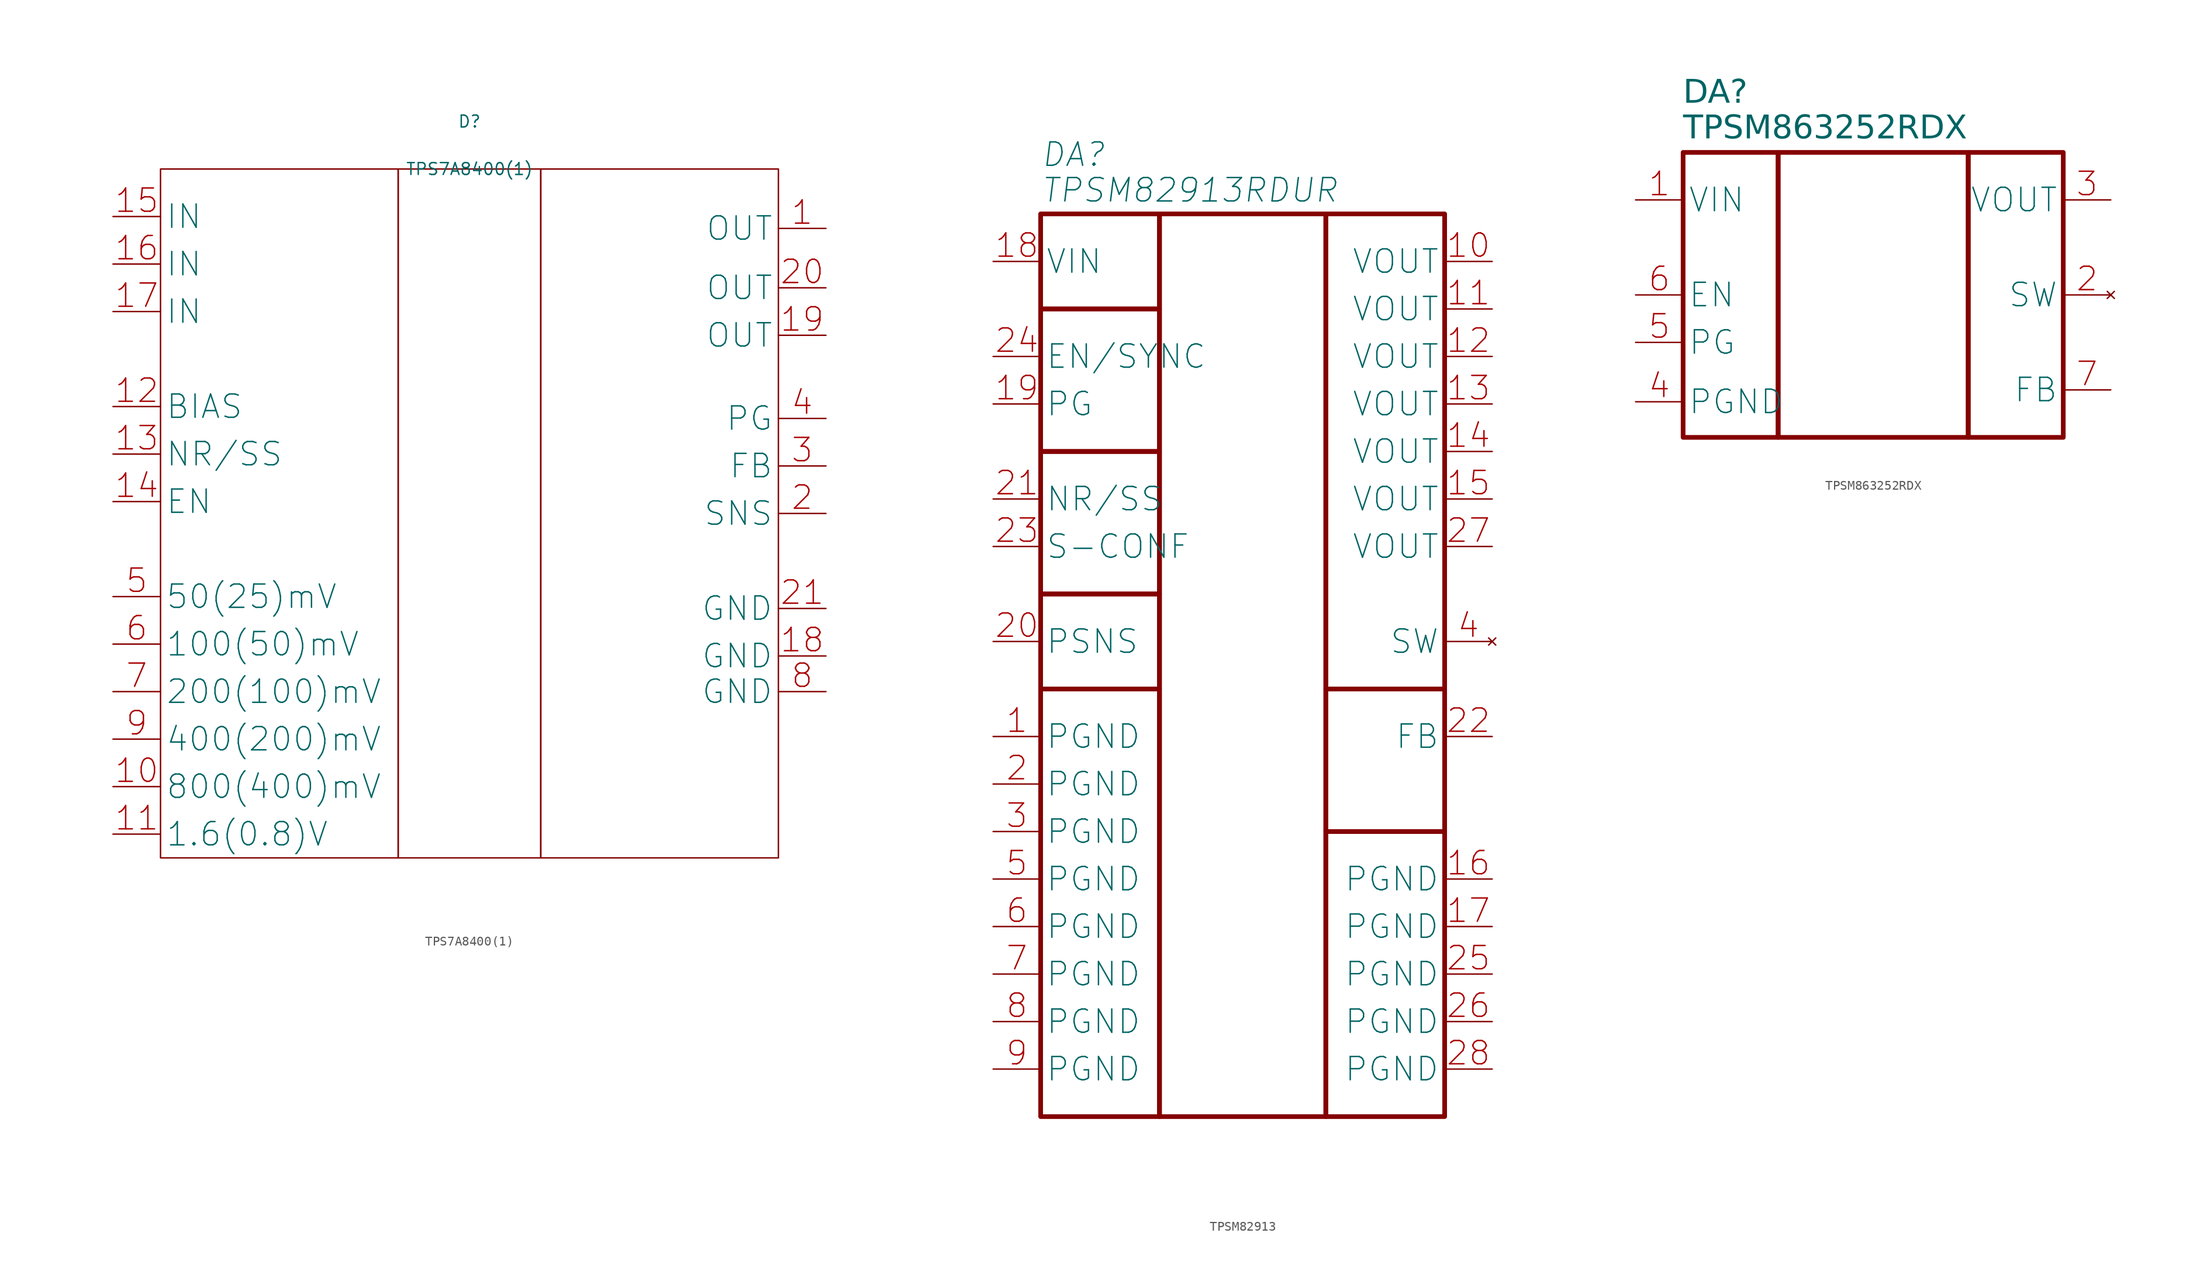
<source format=kicad_sym>
(kicad_symbol_lib
  (version 20241209)
  (generator "kicad_symbol_editor")
  (generator_version "9.0")
  (symbol "TPS7A8400(1)"
    (property "Reference" "D"
      (at 0 5.08 0)
      (effects (font (size 1.27 1.27))))
    (property "Value" "TPS7A8400(1)"
      (at 0 0 0)
      (effects (font (size 1.27 1.27))))
    (symbol "TPS7A8400(1)_0_1"
      (rectangle (start -33.02 0) (end -7.62 -73.66) (stroke (width 0) (type default)) (fill (type none)))
      (rectangle (start -7.62 0) (end 7.62 -73.66) (stroke (width 0) (type default)) (fill (type none)))
      (rectangle (start 7.62 0) (end 33.02 -73.66) (stroke (width 0) (type default)) (fill (type none))))
    (symbol "TPS7A8400(1)_1_1"
      (pin power_in line (at -38.1 -5.08 0) (length 5.08) (name "IN" (effects (font (size 2.489 2.489)))) (number "15" (effects (font (size 2.489 2.489)))))
      (pin power_in line (at -38.1 -10.16 0) (length 5.08) (name "IN" (effects (font (size 2.489 2.489)))) (number "16" (effects (font (size 2.489 2.489)))))
      (pin power_in line (at -38.1 -15.24 0) (length 5.08) (name "IN" (effects (font (size 2.489 2.489)))) (number "17" (effects (font (size 2.489 2.489)))))
      (pin passive line (at -38.1 -25.4 0) (length 5.08) (name "BIAS" (effects (font (size 2.489 2.489)))) (number "12" (effects (font (size 2.489 2.489)))))
      (pin passive line (at -38.1 -30.48 0) (length 5.08) (name "NR/SS" (effects (font (size 2.489 2.489)))) (number "13" (effects (font (size 2.489 2.489)))))
      (pin passive line (at -38.1 -35.56 0) (length 5.08) (name "EN" (effects (font (size 2.489 2.489)))) (number "14" (effects (font (size 2.489 2.489)))))
      (pin passive line (at -38.1 -45.72 0) (length 5.08) (name "50(25)mV" (effects (font (size 2.489 2.489)))) (number "5" (effects (font (size 2.489 2.489)))))
      (pin passive line (at -38.1 -50.8 0) (length 5.08) (name "100(50)mV" (effects (font (size 2.489 2.489)))) (number "6" (effects (font (size 2.489 2.489)))))
      (pin passive line (at -38.1 -55.88 0) (length 5.08) (name "200(100)mV" (effects (font (size 2.489 2.489)))) (number "7" (effects (font (size 2.489 2.489)))))
      (pin passive line (at -38.1 -60.96 0) (length 5.08) (name "400(200)mV" (effects (font (size 2.489 2.489)))) (number "9" (effects (font (size 2.489 2.489)))))
      (pin passive line (at -38.1 -66.04 0) (length 5.08) (name "800(400)mV" (effects (font (size 2.489 2.489)))) (number "10" (effects (font (size 2.489 2.489)))))
      (pin passive line (at -38.1 -71.12 0) (length 5.08) (name "1.6(0.8)V" (effects (font (size 2.489 2.489)))) (number "11" (effects (font (size 2.489 2.489)))))
      (pin power_out line (at 38.1 -6.35 180) (length 5.08) (name "OUT" (effects (font (size 2.489 2.489)))) (number "1" (effects (font (size 2.489 2.489)))))
      (pin power_out line (at 38.1 -12.7 180) (length 5.08) (name "OUT" (effects (font (size 2.489 2.489)))) (number "20" (effects (font (size 2.489 2.489)))))
      (pin power_out line (at 38.1 -17.78 180) (length 5.08) (name "OUT" (effects (font (size 2.489 2.489)))) (number "19" (effects (font (size 2.489 2.489)))))
      (pin passive line (at 38.1 -26.67 180) (length 5.08) (name "PG" (effects (font (size 2.489 2.489)))) (number "4" (effects (font (size 2.489 2.489)))))
      (pin passive line (at 38.1 -31.75 180) (length 5.08) (name "FB" (effects (font (size 2.489 2.489)))) (number "3" (effects (font (size 2.489 2.489)))))
      (pin passive line (at 38.1 -36.83 180) (length 5.08) (name "SNS" (effects (font (size 2.489 2.489)))) (number "2" (effects (font (size 2.489 2.489)))))
      (pin passive line (at 38.1 -46.99 180) (length 5.08) (name "GND" (effects (font (size 2.489 2.489)))) (number "21" (effects (font (size 2.489 2.489)))))
      (pin passive line (at 38.1 -52.07 180) (length 5.08) (name "GND" (effects (font (size 2.489 2.489)))) (number "18" (effects (font (size 2.489 2.489)))))
      (pin passive line (at 38.1 -55.88 180) (length 5.08) (name "GND" (effects (font (size 2.489 2.489)))) (number "8" (effects (font (size 2.489 2.489)))))))
  (symbol "TPSM82913"
    (property "Reference" "DA"
      (at -21.59 6.35 0)
      (effects (font (size 2.5 2.5) (italic yes)) (justify left)))
    (property "Value" "TPSM82913RDUR"
      (at -21.59 2.54 0)
      (effects (font (size 2.5 2.5) (italic yes)) (justify left)))
    (symbol "TPSM82913_1_1"
      (rectangle (start -21.59 0) (end -8.89 -10.16) (stroke (width 0.5) (type default)) (fill (type none)))
      (rectangle (start -21.59 -10.16) (end -8.89 -25.4) (stroke (width 0.5) (type default)) (fill (type none)))
      (rectangle (start -21.59 -25.4) (end -8.89 -40.64) (stroke (width 0.5) (type default)) (fill (type none)))
      (rectangle (start -21.59 -40.64) (end -8.89 -50.8) (stroke (width 0.5) (type default)) (fill (type none)))
      (rectangle (start -21.59 -50.8) (end -8.89 -96.52) (stroke (width 0.5) (type default)) (fill (type none)))
      (rectangle (start -8.89 0) (end 8.89 -96.52) (stroke (width 0.5) (type default)) (fill (type none)))
      (rectangle (start 8.89 0) (end 21.59 -50.8) (stroke (width 0.5) (type default)) (fill (type none)))
      (rectangle (start 8.89 -50.8) (end 21.59 -66.04) (stroke (width 0.5) (type default)) (fill (type none)))
      (rectangle (start 8.89 -66.04) (end 21.59 -96.52) (stroke (width 0.5) (type default)) (fill (type none)))
      (pin power_in line (at -26.67 -5.08 0) (length 5.08) (name "VIN" (effects (font (size 2.489 2.489)))) (number "18" (effects (font (size 2.489 2.489)))))
      (pin input line (at -26.67 -15.24 0) (length 5.08) (name "EN/SYNC" (effects (font (size 2.489 2.489)))) (number "24" (effects (font (size 2.489 2.489)))))
      (pin open_collector line (at -26.67 -20.32 0) (length 5.08) (name "PG" (effects (font (size 2.489 2.489)))) (number "19" (effects (font (size 2.489 2.489)))))
      (pin passive line (at -26.67 -30.48 0) (length 5.08) (name "NR/SS" (effects (font (size 2.489 2.489)))) (number "21" (effects (font (size 2.489 2.489)))))
      (pin passive line (at -26.67 -35.56 0) (length 5.08) (name "S-CONF" (effects (font (size 2.489 2.489)))) (number "23" (effects (font (size 2.489 2.489)))))
      (pin input line (at -26.67 -45.72 0) (length 5.08) (name "PSNS" (effects (font (size 2.489 2.489)))) (number "20" (effects (font (size 2.489 2.489)))))
      (pin power_in line (at -26.67 -55.88 0) (length 5.08) (name "PGND" (effects (font (size 2.489 2.489)))) (number "1" (effects (font (size 2.489 2.489)))))
      (pin power_in line (at -26.67 -60.96 0) (length 5.08) (name "PGND" (effects (font (size 2.489 2.489)))) (number "2" (effects (font (size 2.489 2.489)))))
      (pin power_in line (at -26.67 -66.04 0) (length 5.08) (name "PGND" (effects (font (size 2.489 2.489)))) (number "3" (effects (font (size 2.489 2.489)))))
      (pin power_in line (at -26.67 -71.12 0) (length 5.08) (name "PGND" (effects (font (size 2.489 2.489)))) (number "5" (effects (font (size 2.489 2.489)))))
      (pin power_in line (at -26.67 -76.2 0) (length 5.08) (name "PGND" (effects (font (size 2.489 2.489)))) (number "6" (effects (font (size 2.489 2.489)))))
      (pin power_in line (at -26.67 -81.28 0) (length 5.08) (name "PGND" (effects (font (size 2.489 2.489)))) (number "7" (effects (font (size 2.489 2.489)))))
      (pin power_in line (at -26.67 -86.36 0) (length 5.08) (name "PGND" (effects (font (size 2.489 2.489)))) (number "8" (effects (font (size 2.489 2.489)))))
      (pin power_in line (at -26.67 -91.44 0) (length 5.08) (name "PGND" (effects (font (size 2.489 2.489)))) (number "9" (effects (font (size 2.489 2.489)))))
      (pin power_out line (at 26.67 -5.08 180) (length 5.08) (name "VOUT" (effects (font (size 2.489 2.489)))) (number "10" (effects (font (size 2.489 2.489)))))
      (pin passive line (at 26.67 -10.16 180) (length 5.08) (name "VOUT" (effects (font (size 2.489 2.489)))) (number "11" (effects (font (size 2.489 2.489)))))
      (pin passive line (at 26.67 -15.24 180) (length 5.08) (name "VOUT" (effects (font (size 2.489 2.489)))) (number "12" (effects (font (size 2.489 2.489)))))
      (pin passive line (at 26.67 -20.32 180) (length 5.08) (name "VOUT" (effects (font (size 2.489 2.489)))) (number "13" (effects (font (size 2.489 2.489)))))
      (pin passive line (at 26.67 -25.4 180) (length 5.08) (name "VOUT" (effects (font (size 2.489 2.489)))) (number "14" (effects (font (size 2.489 2.489)))))
      (pin passive line (at 26.67 -30.48 180) (length 5.08) (name "VOUT" (effects (font (size 2.489 2.489)))) (number "15" (effects (font (size 2.489 2.489)))))
      (pin passive line (at 26.67 -35.56 180) (length 5.08) (name "VOUT" (effects (font (size 2.489 2.489)))) (number "27" (effects (font (size 2.489 2.489)))))
      (pin no_connect line (at 26.67 -45.72 180) (length 5.08) (name "SW" (effects (font (size 2.489 2.489)))) (number "4" (effects (font (size 2.489 2.489)))))
      (pin input line (at 26.67 -55.88 180) (length 5.08) (name "FB" (effects (font (size 2.489 2.489)))) (number "22" (effects (font (size 2.489 2.489)))))
      (pin power_in line (at 26.67 -71.12 180) (length 5.08) (name "PGND" (effects (font (size 2.489 2.489)))) (number "16" (effects (font (size 2.489 2.489)))))
      (pin power_in line (at 26.67 -76.2 180) (length 5.08) (name "PGND" (effects (font (size 2.489 2.489)))) (number "17" (effects (font (size 2.489 2.489)))))
      (pin power_in line (at 26.67 -81.28 180) (length 5.08) (name "PGND" (effects (font (size 2.489 2.489)))) (number "25" (effects (font (size 2.489 2.489)))))
      (pin power_in line (at 26.67 -86.36 180) (length 5.08) (name "PGND" (effects (font (size 2.489 2.489)))) (number "26" (effects (font (size 2.489 2.489)))))
      (pin power_in line (at 26.67 -91.44 180) (length 5.08) (name "PGND" (effects (font (size 2.489 2.489)))) (number "28" (effects (font (size 2.489 2.489)))))))
  (symbol "TPSM863252RDX"
    (property "Reference" "DA"
      (at -20.32 6.35 0)
      (effects (font (face "GOST type A") (size 2.5 2.5) (italic yes)) (justify left)))
    (property "Value" "TPSM863252RDX"
      (at -20.32 2.54 0)
      (effects (font (face "GOST type A") (size 2.5 2.5) (italic yes)) (justify left)))
    (symbol "TPSM863252RDX_1_1"
      (rectangle (start -20.32 0) (end -10.16 -30.48) (stroke (width 0.5) (type default)) (fill (type none)))
      (rectangle (start -10.16 0) (end 10.16 -30.48) (stroke (width 0.5) (type default)) (fill (type none)))
      (rectangle (start 10.16 0) (end 20.32 -30.48) (stroke (width 0.5) (type default)) (fill (type none)))
      (pin power_in line (at -25.4 -5.08 0) (length 5.08) (name "VIN" (effects (font (size 2.5 2.5)))) (number "1" (effects (font (size 2.5 2.5)))))
      (pin input line (at -25.4 -15.24 0) (length 5.08) (name "EN" (effects (font (size 2.5 2.5)))) (number "6" (effects (font (size 2.5 2.5)))))
      (pin open_collector line (at -25.4 -20.32 0) (length 5.08) (name "PG" (effects (font (size 2.5 2.5)))) (number "5" (effects (font (size 2.5 2.5)))))
      (pin power_in line (at -25.4 -26.67 0) (length 5.08) (name "PGND" (effects (font (size 2.5 2.5)))) (number "4" (effects (font (size 2.5 2.5)))))
      (pin power_out line (at 25.4 -5.08 180) (length 5.08) (name "VOUT" (effects (font (size 2.5 2.5)))) (number "3" (effects (font (size 2.5 2.5)))))
      (pin no_connect line (at 25.4 -15.24 180) (length 5.08) (name "SW" (effects (font (size 2.5 2.5)))) (number "2" (effects (font (size 2.5 2.5)))))
      (pin passive line (at 25.4 -25.4 180) (length 5.08) (name "FB" (effects (font (size 2.5 2.5)))) (number "7" (effects (font (size 2.5 2.5))))))))
</source>
